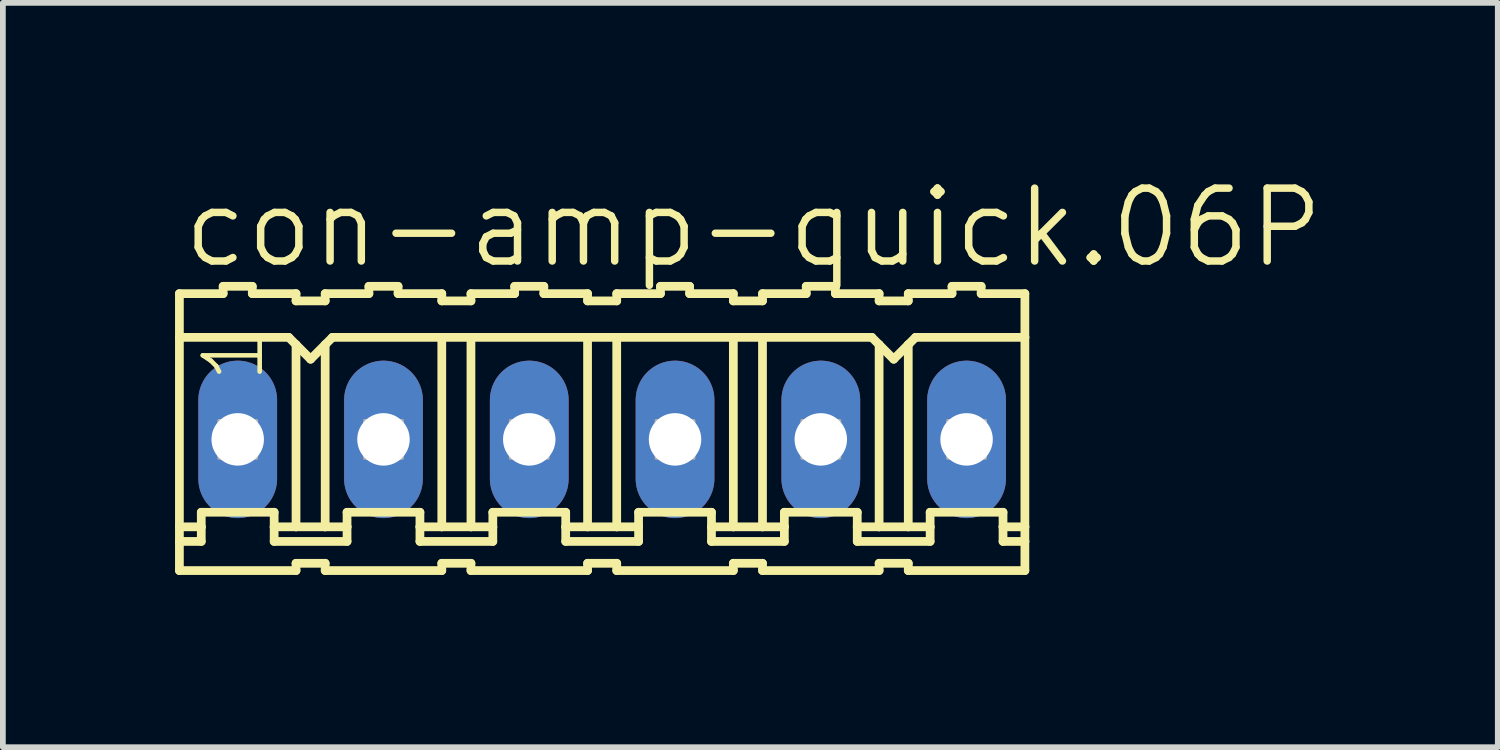
<source format=kicad_pcb>
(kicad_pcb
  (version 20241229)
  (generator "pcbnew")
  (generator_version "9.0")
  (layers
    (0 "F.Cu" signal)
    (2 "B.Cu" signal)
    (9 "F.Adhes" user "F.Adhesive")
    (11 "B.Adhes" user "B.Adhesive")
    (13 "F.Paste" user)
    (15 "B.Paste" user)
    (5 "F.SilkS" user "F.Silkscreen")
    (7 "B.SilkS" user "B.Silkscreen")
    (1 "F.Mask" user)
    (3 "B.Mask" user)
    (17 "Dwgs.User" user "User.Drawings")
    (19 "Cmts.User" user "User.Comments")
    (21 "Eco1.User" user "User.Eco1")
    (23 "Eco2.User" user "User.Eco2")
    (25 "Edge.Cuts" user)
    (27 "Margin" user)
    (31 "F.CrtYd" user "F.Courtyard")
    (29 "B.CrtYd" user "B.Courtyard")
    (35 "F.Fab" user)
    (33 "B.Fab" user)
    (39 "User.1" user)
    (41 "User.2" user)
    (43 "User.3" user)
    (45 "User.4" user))
  (footprint "con-amp-quick.06P"
    (layer "F.Cu")
    (at 7.442 4.606)
    (property "Reference" "con-amp-quick.06P" (at -7.366 -2.946 0) (layer "F.SilkS") (effects (font (size 1.27 1.27) (thickness 0.13)) (justify left bottom)))
    (attr through_hole)
    (fp_line (start -7.366 -2.54) (end -7.366 -1.778) (stroke (width 0.152) (type default)) (layer "F.SilkS"))
    (fp_line (start -7.366 -2.54) (end -6.604 -2.54) (stroke (width 0.152) (type default)) (layer "F.SilkS"))
    (fp_line (start -7.366 -1.778) (end -7.366 1.524) (stroke (width 0.152) (type default)) (layer "F.SilkS"))
    (fp_line (start -7.366 1.524) (end -7.366 1.778) (stroke (width 0.152) (type default)) (layer "F.SilkS"))
    (fp_line (start -7.366 1.778) (end -7.366 2.286) (stroke (width 0.152) (type default)) (layer "F.SilkS"))
    (fp_line (start -7.366 1.778) (end -6.985 1.778) (stroke (width 0.152) (type default)) (layer "F.SilkS"))
    (fp_line (start -6.985 1.27) (end -5.715 1.27) (stroke (width 0.152) (type default)) (layer "F.SilkS"))
    (fp_line (start -6.985 1.524) (end -7.366 1.524) (stroke (width 0.152) (type default)) (layer "F.SilkS"))
    (fp_line (start -6.985 1.524) (end -6.985 1.27) (stroke (width 0.152) (type default)) (layer "F.SilkS"))
    (fp_line (start -6.985 1.778) (end -6.985 1.524) (stroke (width 0.152) (type default)) (layer "F.SilkS"))
    (fp_line (start -6.604 -2.54) (end -6.604 -2.667) (stroke (width 0.152) (type default)) (layer "F.SilkS"))
    (fp_line (start -6.096 -2.667) (end -6.604 -2.667) (stroke (width 0.152) (type default)) (layer "F.SilkS"))
    (fp_line (start -6.096 -2.54) (end -6.096 -2.667) (stroke (width 0.152) (type default)) (layer "F.SilkS"))
    (fp_line (start -5.715 1.524) (end -5.715 1.27) (stroke (width 0.152) (type default)) (layer "F.SilkS"))
    (fp_line (start -5.715 1.524) (end -5.334 1.524) (stroke (width 0.152) (type default)) (layer "F.SilkS"))
    (fp_line (start -5.715 1.778) (end -5.715 1.524) (stroke (width 0.152) (type default)) (layer "F.SilkS"))
    (fp_line (start -5.461 -1.778) (end -7.366 -1.778) (stroke (width 0.152) (type default)) (layer "F.SilkS"))
    (fp_line (start -5.461 -1.778) (end -5.334 -1.651) (stroke (width 0.152) (type default)) (layer "F.SilkS"))
    (fp_line (start -5.334 -2.54) (end -6.096 -2.54) (stroke (width 0.152) (type default)) (layer "F.SilkS"))
    (fp_line (start -5.334 -2.413) (end -5.334 -2.54) (stroke (width 0.152) (type default)) (layer "F.SilkS"))
    (fp_line (start -5.334 -2.413) (end -4.826 -2.413) (stroke (width 0.152) (type default)) (layer "F.SilkS"))
    (fp_line (start -5.334 -1.651) (end -5.334 1.524) (stroke (width 0.152) (type default)) (layer "F.SilkS"))
    (fp_line (start -5.334 -1.651) (end -5.08 -1.397) (stroke (width 0.152) (type default)) (layer "F.SilkS"))
    (fp_line (start -5.334 1.524) (end -4.826 1.524) (stroke (width 0.152) (type default)) (layer "F.SilkS"))
    (fp_line (start -5.334 2.159) (end -5.334 2.286) (stroke (width 0.152) (type default)) (layer "F.SilkS"))
    (fp_line (start -5.334 2.286) (end -7.366 2.286) (stroke (width 0.152) (type default)) (layer "F.SilkS"))
    (fp_line (start -5.08 -1.397) (end -4.826 -1.651) (stroke (width 0.152) (type default)) (layer "F.SilkS"))
    (fp_line (start -4.826 -2.54) (end -4.064 -2.54) (stroke (width 0.152) (type default)) (layer "F.SilkS"))
    (fp_line (start -4.826 -2.413) (end -4.826 -2.54) (stroke (width 0.152) (type default)) (layer "F.SilkS"))
    (fp_line (start -4.826 -1.651) (end -4.826 1.524) (stroke (width 0.152) (type default)) (layer "F.SilkS"))
    (fp_line (start -4.826 -1.651) (end -4.699 -1.778) (stroke (width 0.152) (type default)) (layer "F.SilkS"))
    (fp_line (start -4.826 1.524) (end -4.445 1.524) (stroke (width 0.152) (type default)) (layer "F.SilkS"))
    (fp_line (start -4.826 2.159) (end -5.334 2.159) (stroke (width 0.152) (type default)) (layer "F.SilkS"))
    (fp_line (start -4.826 2.159) (end -4.826 2.286) (stroke (width 0.152) (type default)) (layer "F.SilkS"))
    (fp_line (start -4.826 2.286) (end -2.794 2.286) (stroke (width 0.152) (type default)) (layer "F.SilkS"))
    (fp_line (start -4.699 -1.778) (end -2.794 -1.778) (stroke (width 0.152) (type default)) (layer "F.SilkS"))
    (fp_line (start -4.445 1.27) (end -3.175 1.27) (stroke (width 0.152) (type default)) (layer "F.SilkS"))
    (fp_line (start -4.445 1.524) (end -4.445 1.27) (stroke (width 0.152) (type default)) (layer "F.SilkS"))
    (fp_line (start -4.445 1.778) (end -5.715 1.778) (stroke (width 0.152) (type default)) (layer "F.SilkS"))
    (fp_line (start -4.445 1.778) (end -4.445 1.524) (stroke (width 0.152) (type default)) (layer "F.SilkS"))
    (fp_line (start -4.064 -2.54) (end -4.064 -2.667) (stroke (width 0.152) (type default)) (layer "F.SilkS"))
    (fp_line (start -3.556 -2.667) (end -4.064 -2.667) (stroke (width 0.152) (type default)) (layer "F.SilkS"))
    (fp_line (start -3.556 -2.54) (end -3.556 -2.667) (stroke (width 0.152) (type default)) (layer "F.SilkS"))
    (fp_line (start -3.556 -2.54) (end -2.794 -2.54) (stroke (width 0.152) (type default)) (layer "F.SilkS"))
    (fp_line (start -3.175 1.524) (end -3.175 1.27) (stroke (width 0.152) (type default)) (layer "F.SilkS"))
    (fp_line (start -3.175 1.524) (end -2.794 1.524) (stroke (width 0.152) (type default)) (layer "F.SilkS"))
    (fp_line (start -3.175 1.778) (end -3.175 1.524) (stroke (width 0.152) (type default)) (layer "F.SilkS"))
    (fp_line (start -3.175 1.778) (end -1.905 1.778) (stroke (width 0.152) (type default)) (layer "F.SilkS"))
    (fp_line (start -2.794 -2.413) (end -2.794 -2.54) (stroke (width 0.152) (type default)) (layer "F.SilkS"))
    (fp_line (start -2.794 -1.778) (end -2.794 1.524) (stroke (width 0.152) (type default)) (layer "F.SilkS"))
    (fp_line (start -2.794 -1.778) (end -2.286 -1.778) (stroke (width 0.152) (type default)) (layer "F.SilkS"))
    (fp_line (start -2.794 1.524) (end -2.286 1.524) (stroke (width 0.152) (type default)) (layer "F.SilkS"))
    (fp_line (start -2.794 2.159) (end -2.794 2.286) (stroke (width 0.152) (type default)) (layer "F.SilkS"))
    (fp_line (start -2.286 -2.54) (end -1.524 -2.54) (stroke (width 0.152) (type default)) (layer "F.SilkS"))
    (fp_line (start -2.286 -2.413) (end -2.794 -2.413) (stroke (width 0.152) (type default)) (layer "F.SilkS"))
    (fp_line (start -2.286 -2.413) (end -2.286 -2.54) (stroke (width 0.152) (type default)) (layer "F.SilkS"))
    (fp_line (start -2.286 -1.778) (end -2.286 1.524) (stroke (width 0.152) (type default)) (layer "F.SilkS"))
    (fp_line (start -2.286 -1.778) (end -0.254 -1.778) (stroke (width 0.152) (type default)) (layer "F.SilkS"))
    (fp_line (start -2.286 1.524) (end -1.905 1.524) (stroke (width 0.152) (type default)) (layer "F.SilkS"))
    (fp_line (start -2.286 2.159) (end -2.794 2.159) (stroke (width 0.152) (type default)) (layer "F.SilkS"))
    (fp_line (start -2.286 2.159) (end -2.286 2.286) (stroke (width 0.152) (type default)) (layer "F.SilkS"))
    (fp_line (start -1.905 1.27) (end -0.635 1.27) (stroke (width 0.152) (type default)) (layer "F.SilkS"))
    (fp_line (start -1.905 1.524) (end -1.905 1.27) (stroke (width 0.152) (type default)) (layer "F.SilkS"))
    (fp_line (start -1.905 1.778) (end -1.905 1.524) (stroke (width 0.152) (type default)) (layer "F.SilkS"))
    (fp_line (start -1.524 -2.54) (end -1.524 -2.667) (stroke (width 0.152) (type default)) (layer "F.SilkS"))
    (fp_line (start -1.016 -2.667) (end -1.524 -2.667) (stroke (width 0.152) (type default)) (layer "F.SilkS"))
    (fp_line (start -1.016 -2.54) (end -1.016 -2.667) (stroke (width 0.152) (type default)) (layer "F.SilkS"))
    (fp_line (start -1.016 -2.54) (end -0.254 -2.54) (stroke (width 0.152) (type default)) (layer "F.SilkS"))
    (fp_line (start -0.635 1.524) (end -0.635 1.27) (stroke (width 0.152) (type default)) (layer "F.SilkS"))
    (fp_line (start -0.635 1.524) (end -0.254 1.524) (stroke (width 0.152) (type default)) (layer "F.SilkS"))
    (fp_line (start -0.635 1.778) (end -0.635 1.524) (stroke (width 0.152) (type default)) (layer "F.SilkS"))
    (fp_line (start -0.254 -2.54) (end -0.254 -2.413) (stroke (width 0.152) (type default)) (layer "F.SilkS"))
    (fp_line (start -0.254 -1.778) (end -0.254 1.524) (stroke (width 0.152) (type default)) (layer "F.SilkS"))
    (fp_line (start -0.254 2.159) (end -0.254 2.286) (stroke (width 0.152) (type default)) (layer "F.SilkS"))
    (fp_line (start -0.254 2.286) (end -2.286 2.286) (stroke (width 0.152) (type default)) (layer "F.SilkS"))
    (fp_line (start 0.254 -2.54) (end 0.254 -2.413) (stroke (width 0.152) (type default)) (layer "F.SilkS"))
    (fp_line (start 0.254 -2.54) (end 1.016 -2.54) (stroke (width 0.152) (type default)) (layer "F.SilkS"))
    (fp_line (start 0.254 -2.413) (end -0.254 -2.413) (stroke (width 0.152) (type default)) (layer "F.SilkS"))
    (fp_line (start 0.254 -1.778) (end -0.254 -1.778) (stroke (width 0.152) (type default)) (layer "F.SilkS"))
    (fp_line (start 0.254 -1.778) (end 0.254 1.524) (stroke (width 0.152) (type default)) (layer "F.SilkS"))
    (fp_line (start 0.254 -1.778) (end 2.286 -1.778) (stroke (width 0.152) (type default)) (layer "F.SilkS"))
    (fp_line (start 0.254 1.524) (end -0.254 1.524) (stroke (width 0.152) (type default)) (layer "F.SilkS"))
    (fp_line (start 0.254 2.159) (end -0.254 2.159) (stroke (width 0.152) (type default)) (layer "F.SilkS"))
    (fp_line (start 0.254 2.159) (end 0.254 2.286) (stroke (width 0.152) (type default)) (layer "F.SilkS"))
    (fp_line (start 0.635 1.27) (end 1.905 1.27) (stroke (width 0.152) (type default)) (layer "F.SilkS"))
    (fp_line (start 0.635 1.524) (end 0.254 1.524) (stroke (width 0.152) (type default)) (layer "F.SilkS"))
    (fp_line (start 0.635 1.524) (end 0.635 1.27) (stroke (width 0.152) (type default)) (layer "F.SilkS"))
    (fp_line (start 0.635 1.778) (end -0.635 1.778) (stroke (width 0.152) (type default)) (layer "F.SilkS"))
    (fp_line (start 0.635 1.778) (end 0.635 1.524) (stroke (width 0.152) (type default)) (layer "F.SilkS"))
    (fp_line (start 1.016 -2.54) (end 1.016 -2.667) (stroke (width 0.152) (type default)) (layer "F.SilkS"))
    (fp_line (start 1.524 -2.667) (end 1.016 -2.667) (stroke (width 0.152) (type default)) (layer "F.SilkS"))
    (fp_line (start 1.524 -2.54) (end 1.524 -2.667) (stroke (width 0.152) (type default)) (layer "F.SilkS"))
    (fp_line (start 1.905 1.524) (end 1.905 1.27) (stroke (width 0.152) (type default)) (layer "F.SilkS"))
    (fp_line (start 1.905 1.524) (end 2.286 1.524) (stroke (width 0.152) (type default)) (layer "F.SilkS"))
    (fp_line (start 1.905 1.778) (end 1.905 1.524) (stroke (width 0.152) (type default)) (layer "F.SilkS"))
    (fp_line (start 2.286 -2.54) (end 1.524 -2.54) (stroke (width 0.152) (type default)) (layer "F.SilkS"))
    (fp_line (start 2.286 -2.413) (end 2.286 -2.54) (stroke (width 0.152) (type default)) (layer "F.SilkS"))
    (fp_line (start 2.286 -2.413) (end 2.794 -2.413) (stroke (width 0.152) (type default)) (layer "F.SilkS"))
    (fp_line (start 2.286 -1.778) (end 2.286 1.524) (stroke (width 0.152) (type default)) (layer "F.SilkS"))
    (fp_line (start 2.286 -1.778) (end 2.794 -1.778) (stroke (width 0.152) (type default)) (layer "F.SilkS"))
    (fp_line (start 2.286 1.524) (end 2.794 1.524) (stroke (width 0.152) (type default)) (layer "F.SilkS"))
    (fp_line (start 2.286 2.159) (end 2.286 2.286) (stroke (width 0.152) (type default)) (layer "F.SilkS"))
    (fp_line (start 2.286 2.286) (end 0.254 2.286) (stroke (width 0.152) (type default)) (layer "F.SilkS"))
    (fp_line (start 2.794 -2.54) (end 3.556 -2.54) (stroke (width 0.152) (type default)) (layer "F.SilkS"))
    (fp_line (start 2.794 -2.413) (end 2.794 -2.54) (stroke (width 0.152) (type default)) (layer "F.SilkS"))
    (fp_line (start 2.794 -1.778) (end 2.794 1.524) (stroke (width 0.152) (type default)) (layer "F.SilkS"))
    (fp_line (start 2.794 -1.778) (end 4.699 -1.778) (stroke (width 0.152) (type default)) (layer "F.SilkS"))
    (fp_line (start 2.794 1.524) (end 3.175 1.524) (stroke (width 0.152) (type default)) (layer "F.SilkS"))
    (fp_line (start 2.794 2.159) (end 2.286 2.159) (stroke (width 0.152) (type default)) (layer "F.SilkS"))
    (fp_line (start 2.794 2.159) (end 2.794 2.286) (stroke (width 0.152) (type default)) (layer "F.SilkS"))
    (fp_line (start 2.794 2.286) (end 4.826 2.286) (stroke (width 0.152) (type default)) (layer "F.SilkS"))
    (fp_line (start 3.175 1.27) (end 4.445 1.27) (stroke (width 0.152) (type default)) (layer "F.SilkS"))
    (fp_line (start 3.175 1.524) (end 3.175 1.27) (stroke (width 0.152) (type default)) (layer "F.SilkS"))
    (fp_line (start 3.175 1.778) (end 1.905 1.778) (stroke (width 0.152) (type default)) (layer "F.SilkS"))
    (fp_line (start 3.175 1.778) (end 3.175 1.524) (stroke (width 0.152) (type default)) (layer "F.SilkS"))
    (fp_line (start 3.556 -2.54) (end 3.556 -2.667) (stroke (width 0.152) (type default)) (layer "F.SilkS"))
    (fp_line (start 4.064 -2.667) (end 3.556 -2.667) (stroke (width 0.152) (type default)) (layer "F.SilkS"))
    (fp_line (start 4.064 -2.54) (end 4.064 -2.667) (stroke (width 0.152) (type default)) (layer "F.SilkS"))
    (fp_line (start 4.064 -2.54) (end 4.826 -2.54) (stroke (width 0.152) (type default)) (layer "F.SilkS"))
    (fp_line (start 4.445 1.524) (end 4.445 1.27) (stroke (width 0.152) (type default)) (layer "F.SilkS"))
    (fp_line (start 4.445 1.524) (end 4.826 1.524) (stroke (width 0.152) (type default)) (layer "F.SilkS"))
    (fp_line (start 4.445 1.778) (end 4.445 1.524) (stroke (width 0.152) (type default)) (layer "F.SilkS"))
    (fp_line (start 4.445 1.778) (end 5.715 1.778) (stroke (width 0.152) (type default)) (layer "F.SilkS"))
    (fp_line (start 4.699 -1.778) (end 4.826 -1.651) (stroke (width 0.152) (type default)) (layer "F.SilkS"))
    (fp_line (start 4.826 -2.413) (end 4.826 -2.54) (stroke (width 0.152) (type default)) (layer "F.SilkS"))
    (fp_line (start 4.826 -1.651) (end 4.826 1.524) (stroke (width 0.152) (type default)) (layer "F.SilkS"))
    (fp_line (start 4.826 -1.651) (end 5.08 -1.397) (stroke (width 0.152) (type default)) (layer "F.SilkS"))
    (fp_line (start 4.826 1.524) (end 5.334 1.524) (stroke (width 0.152) (type default)) (layer "F.SilkS"))
    (fp_line (start 4.826 2.159) (end 4.826 2.286) (stroke (width 0.152) (type default)) (layer "F.SilkS"))
    (fp_line (start 5.08 -1.397) (end 5.334 -1.651) (stroke (width 0.152) (type default)) (layer "F.SilkS"))
    (fp_line (start 5.334 -2.54) (end 6.096 -2.54) (stroke (width 0.152) (type default)) (layer "F.SilkS"))
    (fp_line (start 5.334 -2.413) (end 4.826 -2.413) (stroke (width 0.152) (type default)) (layer "F.SilkS"))
    (fp_line (start 5.334 -2.413) (end 5.334 -2.54) (stroke (width 0.152) (type default)) (layer "F.SilkS"))
    (fp_line (start 5.334 -1.651) (end 5.334 1.524) (stroke (width 0.152) (type default)) (layer "F.SilkS"))
    (fp_line (start 5.334 -1.651) (end 5.461 -1.778) (stroke (width 0.152) (type default)) (layer "F.SilkS"))
    (fp_line (start 5.334 1.524) (end 5.715 1.524) (stroke (width 0.152) (type default)) (layer "F.SilkS"))
    (fp_line (start 5.334 2.159) (end 4.826 2.159) (stroke (width 0.152) (type default)) (layer "F.SilkS"))
    (fp_line (start 5.334 2.159) (end 5.334 2.286) (stroke (width 0.152) (type default)) (layer "F.SilkS"))
    (fp_line (start 5.461 -1.778) (end 7.366 -1.778) (stroke (width 0.152) (type default)) (layer "F.SilkS"))
    (fp_line (start 5.715 1.27) (end 6.985 1.27) (stroke (width 0.152) (type default)) (layer "F.SilkS"))
    (fp_line (start 5.715 1.524) (end 5.715 1.27) (stroke (width 0.152) (type default)) (layer "F.SilkS"))
    (fp_line (start 5.715 1.778) (end 5.715 1.524) (stroke (width 0.152) (type default)) (layer "F.SilkS"))
    (fp_line (start 6.096 -2.54) (end 6.096 -2.667) (stroke (width 0.152) (type default)) (layer "F.SilkS"))
    (fp_line (start 6.604 -2.667) (end 6.096 -2.667) (stroke (width 0.152) (type default)) (layer "F.SilkS"))
    (fp_line (start 6.604 -2.54) (end 6.604 -2.667) (stroke (width 0.152) (type default)) (layer "F.SilkS"))
    (fp_line (start 6.604 -2.54) (end 7.366 -2.54) (stroke (width 0.152) (type default)) (layer "F.SilkS"))
    (fp_line (start 6.985 1.524) (end 6.985 1.27) (stroke (width 0.152) (type default)) (layer "F.SilkS"))
    (fp_line (start 6.985 1.524) (end 7.366 1.524) (stroke (width 0.152) (type default)) (layer "F.SilkS"))
    (fp_line (start 6.985 1.778) (end 6.985 1.524) (stroke (width 0.152) (type default)) (layer "F.SilkS"))
    (fp_line (start 7.366 -1.778) (end 7.366 -2.54) (stroke (width 0.152) (type default)) (layer "F.SilkS"))
    (fp_line (start 7.366 -1.778) (end 7.366 1.524) (stroke (width 0.152) (type default)) (layer "F.SilkS"))
    (fp_line (start 7.366 1.524) (end 7.366 1.778) (stroke (width 0.152) (type default)) (layer "F.SilkS"))
    (fp_line (start 7.366 1.778) (end 6.985 1.778) (stroke (width 0.152) (type default)) (layer "F.SilkS"))
    (fp_line (start 7.366 1.778) (end 7.366 2.286) (stroke (width 0.152) (type default)) (layer "F.SilkS"))
    (fp_line (start 7.366 2.286) (end 5.334 2.286) (stroke (width 0.152) (type default)) (layer "F.SilkS"))
    (fp_rect (start -6.68 0.33) (end -6.02 -0.33) (stroke (width 0.05) (type default)) (fill no) (layer "F.Fab"))
    (fp_rect (start -4.14 0.33) (end -3.48 -0.33) (stroke (width 0.05) (type default)) (fill no) (layer "F.Fab"))
    (fp_rect (start -1.6 0.33) (end -0.94 -0.33) (stroke (width 0.05) (type default)) (fill no) (layer "F.Fab"))
    (fp_rect (start 0.94 0.33) (end 1.6 -0.33) (stroke (width 0.05) (type default)) (fill no) (layer "F.Fab"))
    (fp_rect (start 3.48 0.33) (end 4.14 -0.33) (stroke (width 0.05) (type default)) (fill no) (layer "F.Fab"))
    (fp_rect (start 6.02 0.33) (end 6.68 -0.33) (stroke (width 0.05) (type default)) (fill no) (layer "F.Fab"))
    (fp_text user "1" (at -5.842 -0.94 90) (layer "F.SilkS") (effects (font (size 0.991 0.991) (thickness 0.08)) (justify left bottom)))
    (pad "1" thru_hole oval (at -6.35 0 90) (size 2.743 1.372) (drill 0.914) (layers "*.Cu" "*.Mask"))
    (pad "2" thru_hole oval (at -3.81 0 90) (size 2.743 1.372) (drill 0.914) (layers "*.Cu" "*.Mask"))
    (pad "3" thru_hole oval (at -1.27 0 90) (size 2.743 1.372) (drill 0.914) (layers "*.Cu" "*.Mask"))
    (pad "4" thru_hole oval (at 1.27 0 90) (size 2.743 1.372) (drill 0.914) (layers "*.Cu" "*.Mask"))
    (pad "5" thru_hole oval (at 3.81 0 90) (size 2.743 1.372) (drill 0.914) (layers "*.Cu" "*.Mask"))
    (pad "6" thru_hole oval (at 6.35 0 90) (size 2.743 1.372) (drill 0.914) (layers "*.Cu" "*.Mask")))
  (gr_rect
    (start -3 -3)
    (end 23.048 9.969)
    (stroke (width 0.1) (type default))
    (fill no)
    (layer "Edge.Cuts")))
</source>
